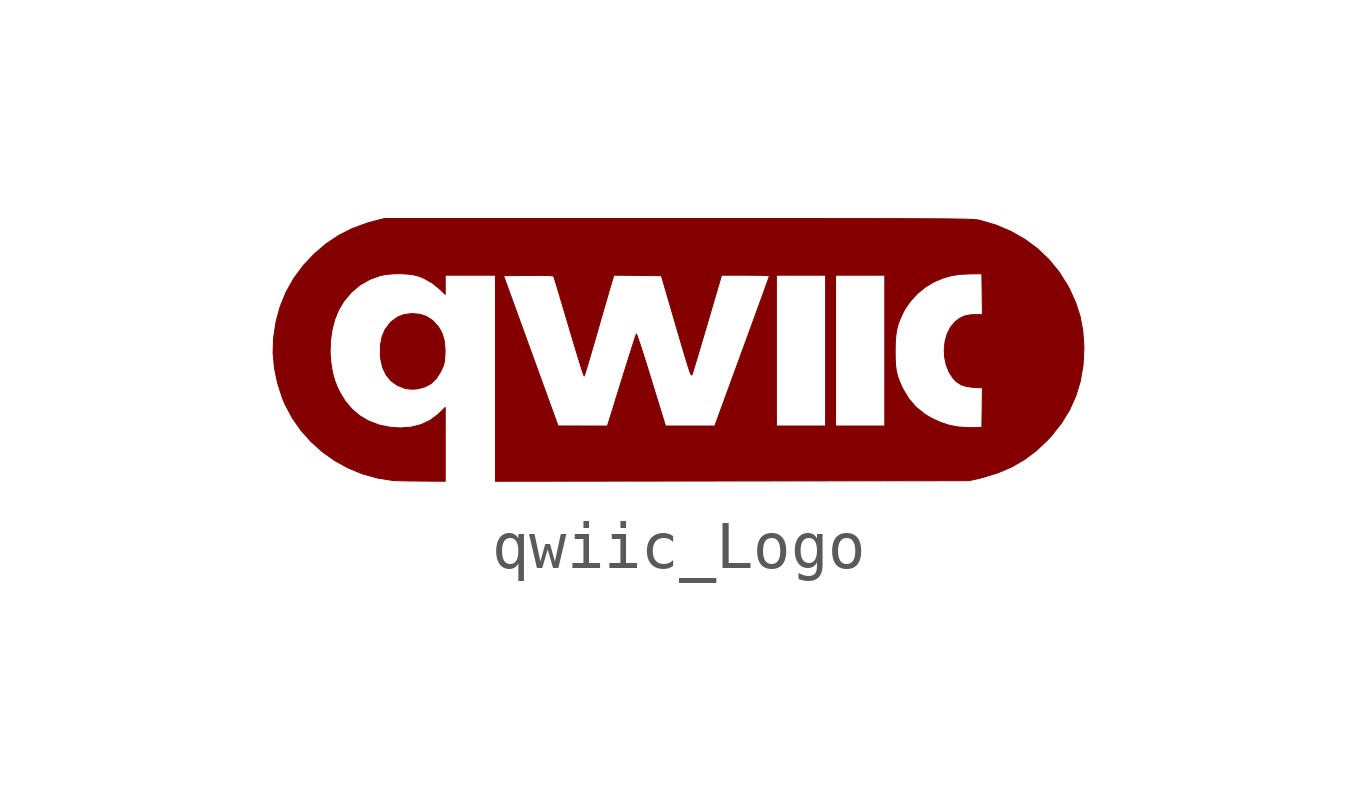
<source format=kicad_sym>
(kicad_symbol_lib
  (version 20220914)
  (generator kicad_symbol_editor)
  (symbol "qwiic_Logo"
    (pin_names
      (offset 1.016))
    (property "Reference" "#G"
      (at 0 3.81 0)
      (effects (font (size 1.27 1.27)) hide))
    (symbol "qwiic_Logo_0_0"
      (polyline (pts (xy -5.433 -0.845) (xy -5.281 -0.804) (xy -5.154 -0.733) (xy -5.049 -0.629) (xy -4.961 -0.489) (xy -4.939 -0.444) (xy -4.908 -0.373) (xy -4.889 -0.31) (xy -4.878 -0.236) (xy -4.871 -0.138) (xy -4.869 -0.027) (xy -4.886 0.154) (xy -4.931 0.309) (xy -5.006 0.443) (xy -5.112 0.56) (xy -5.143 0.586) (xy -5.261 0.662) (xy -5.391 0.705) (xy -5.544 0.719) (xy -5.577 0.718) (xy -5.726 0.699) (xy -5.854 0.648) (xy -5.971 0.565) (xy -6.024 0.512) (xy -6.119 0.384) (xy -6.181 0.236) (xy -6.214 0.065) (xy -6.217 -0.133) (xy -6.208 -0.23) (xy -6.167 -0.407) (xy -6.096 -0.557) (xy -5.996 -0.679) (xy -5.867 -0.772) (xy -5.71 -0.836) (xy -5.684 -0.842) (xy -5.596 -0.853) (xy -5.511 -0.854) (xy -5.433 -0.845)) (stroke (width 0.01) (type default)) (fill (type outline)))
      (polyline (pts (xy 1.114 -2.767) (xy 6.047 -2.761) (xy 6.246 -2.715) (xy 6.337 -2.693) (xy 6.651 -2.596) (xy 6.936 -2.474) (xy 7.199 -2.322) (xy 7.444 -2.138) (xy 7.676 -1.92) (xy 7.765 -1.824) (xy 7.973 -1.56) (xy 8.142 -1.284) (xy 8.272 -0.992) (xy 8.365 -0.685) (xy 8.421 -0.361) (xy 8.439 -0.02) (xy 8.438 0.066) (xy 8.415 0.375) (xy 8.358 0.668) (xy 8.266 0.951) (xy 8.138 1.234) (xy 8.097 1.31) (xy 7.918 1.593) (xy 7.708 1.847) (xy 7.471 2.073) (xy 7.207 2.268) (xy 6.919 2.432) (xy 6.607 2.564) (xy 6.273 2.662) (xy 6.259 2.665) (xy 6.24 2.668) (xy 6.219 2.672) (xy 6.193 2.675) (xy 6.162 2.678) (xy 6.123 2.68) (xy 6.075 2.683) (xy 6.018 2.685) (xy 5.949 2.687) (xy 5.867 2.689) (xy 5.771 2.69) (xy 5.659 2.692) (xy 5.53 2.693) (xy 5.382 2.694) (xy 5.215 2.695) (xy 5.026 2.696) (xy 4.815 2.697) (xy 4.579 2.698) (xy 4.318 2.698) (xy 4.03 2.699) (xy 3.713 2.699) (xy 3.367 2.699) (xy 2.989 2.7) (xy 2.579 2.7) (xy 2.135 2.7) (xy 1.655 2.7) (xy 1.139 2.7) (xy 0.584 2.7) (xy -0.01 2.7) (xy -6.129 2.7) (xy -6.351 2.644) (xy -6.484 2.607) (xy -6.796 2.494) (xy -7.085 2.348) (xy -7.352 2.169) (xy -7.602 1.954) (xy -7.823 1.718) (xy -8.02 1.452) (xy -8.18 1.168) (xy -8.304 0.865) (xy -8.391 0.544) (xy -8.442 0.203) (xy -8.451 -0.1) (xy -8.423 -0.412) (xy -8.358 -0.727) (xy -8.257 -1.037) (xy -8.202 -1.17) (xy -8.052 -1.452) (xy -7.87 -1.713) (xy -7.658 -1.95) (xy -7.42 -2.163) (xy -7.159 -2.347) (xy -6.878 -2.501) (xy -6.58 -2.622) (xy -6.267 -2.708) (xy -5.944 -2.758) (xy -5.922 -2.759) (xy -5.857 -2.761) (xy -5.761 -2.764) (xy -5.643 -2.766) (xy -5.508 -2.767) (xy -5.364 -2.769) (xy -4.866 -2.772) (xy -4.866 -2.004) (xy -4.866 -1.236) (xy -4.988 -1.355) (xy -5.014 -1.38) (xy -5.178 -1.503) (xy -5.364 -1.592) (xy -5.571 -1.645) (xy -5.796 -1.663) (xy -6.009 -1.65) (xy -6.244 -1.601) (xy -6.468 -1.515) (xy -6.642 -1.412) (xy -6.81 -1.27) (xy -6.955 -1.098) (xy -7.071 -0.903) (xy -7.116 -0.807) (xy -7.166 -0.68) (xy -7.203 -0.555) (xy -7.231 -0.417) (xy -7.253 -0.252) (xy -7.264 -0.077) (xy -7.256 0.155) (xy -7.223 0.385) (xy -7.167 0.6) (xy -7.09 0.79) (xy -6.974 0.984) (xy -6.822 1.164) (xy -6.645 1.313) (xy -6.444 1.43) (xy -6.22 1.512) (xy -6.217 1.513) (xy -6.099 1.535) (xy -5.959 1.548) (xy -5.808 1.551) (xy -5.66 1.544) (xy -5.527 1.527) (xy -5.421 1.501) (xy -5.312 1.458) (xy -5.135 1.358) (xy -4.974 1.226) (xy -4.866 1.121) (xy -4.866 1.32) (xy -4.866 1.52) (xy -4.343 1.52) (xy -3.819 1.52) (xy -3.819 1.509) (xy -3.651 1.509) (xy -3.136 1.515) (xy -3.073 1.515) (xy -2.905 1.516) (xy -2.776 1.514) (xy -2.685 1.511) (xy -2.629 1.505) (xy -2.607 1.498) (xy -2.605 1.493) (xy -2.592 1.454) (xy -2.57 1.382) (xy -2.538 1.279) (xy -2.499 1.15) (xy -2.454 0.997) (xy -2.402 0.826) (xy -2.347 0.639) (xy -2.288 0.44) (xy -2.263 0.353) (xy -2.205 0.161) (xy -2.152 -0.017) (xy -2.103 -0.177) (xy -2.06 -0.315) (xy -2.025 -0.428) (xy -1.997 -0.512) (xy -1.978 -0.564) (xy -1.97 -0.58) (xy -1.965 -0.568) (xy -1.95 -0.52) (xy -1.925 -0.44) (xy -1.892 -0.331) (xy -1.853 -0.198) (xy -1.808 -0.044) (xy -1.758 0.126) (xy -1.706 0.308) (xy -1.675 0.414) (xy -1.622 0.6) (xy -1.571 0.777) (xy -1.523 0.941) (xy -1.482 1.084) (xy -1.447 1.204) (xy -1.42 1.294) (xy -1.404 1.35) (xy -1.353 1.52) (xy -0.857 1.515) (xy -0.362 1.509) (xy -0.263 1.17) (xy -0.246 1.11) (xy -0.159 0.813) (xy -0.083 0.552) (xy -0.017 0.325) (xy 0.04 0.13) (xy 0.089 -0.034) (xy 0.13 -0.172) (xy 0.164 -0.284) (xy 0.192 -0.373) (xy 0.214 -0.442) (xy 0.232 -0.492) (xy 0.245 -0.527) (xy 0.256 -0.548) (xy 0.263 -0.558) (xy 0.269 -0.559) (xy 0.274 -0.553) (xy 0.279 -0.543) (xy 0.28 -0.539) (xy 0.293 -0.499) (xy 0.316 -0.425) (xy 0.347 -0.321) (xy 0.387 -0.19) (xy 0.432 -0.037) (xy 0.483 0.135) (xy 0.539 0.322) (xy 0.597 0.518) (xy 0.891 1.52) (xy 1.39 1.52) (xy 1.492 1.519) (xy 1.62 1.518) (xy 1.729 1.516) (xy 1.814 1.513) (xy 1.869 1.51) (xy 1.889 1.506) (xy 1.888 1.502) (xy 1.875 1.465) (xy 1.85 1.394) (xy 1.813 1.291) (xy 1.766 1.16) (xy 1.709 1.003) (xy 1.643 0.824) (xy 1.571 0.624) (xy 1.492 0.408) (xy 1.408 0.177) (xy 1.319 -0.065) (xy 0.75 -1.622) (xy 2.033 -1.622) (xy 2.033 -0.051) (xy 2.033 1.52) (xy 2.546 1.52) (xy 3.059 1.52) (xy 3.059 -0.051) (xy 3.059 -1.622) (xy 3.265 -1.622) (xy 3.265 -0.051) (xy 3.265 1.52) (xy 3.778 1.52) (xy 4.292 1.52) (xy 4.292 -0.051) (xy 4.292 -0.062) (xy 4.507 -0.062) (xy 4.51 0.109) (xy 4.521 0.26) (xy 4.541 0.39) (xy 4.574 0.512) (xy 4.622 0.634) (xy 4.686 0.769) (xy 4.719 0.827) (xy 4.833 0.988) (xy 4.974 1.139) (xy 5.133 1.27) (xy 5.298 1.371) (xy 5.334 1.389) (xy 5.505 1.461) (xy 5.674 1.509) (xy 5.853 1.537) (xy 6.057 1.547) (xy 6.314 1.55) (xy 6.32 1.124) (xy 6.325 0.698) (xy 6.166 0.698) (xy 6.076 0.694) (xy 5.958 0.671) (xy 5.855 0.624) (xy 5.756 0.547) (xy 5.661 0.436) (xy 5.592 0.299) (xy 5.548 0.144) (xy 5.53 -0.02) (xy 5.538 -0.188) (xy 5.572 -0.351) (xy 5.633 -0.502) (xy 5.72 -0.634) (xy 5.781 -0.697) (xy 5.879 -0.761) (xy 5.997 -0.8) (xy 6.144 -0.818) (xy 6.325 -0.826) (xy 6.32 -1.24) (xy 6.314 -1.653) (xy 6.119 -1.656) (xy 6.024 -1.656) (xy 5.821 -1.642) (xy 5.636 -1.607) (xy 5.457 -1.548) (xy 5.268 -1.462) (xy 5.127 -1.378) (xy 4.946 -1.233) (xy 4.794 -1.059) (xy 4.673 -0.859) (xy 4.642 -0.795) (xy 4.592 -0.68) (xy 4.556 -0.577) (xy 4.531 -0.473) (xy 4.516 -0.36) (xy 4.509 -0.226) (xy 4.507 -0.062) (xy 4.292 -0.062) (xy 4.292 -1.622) (xy 3.778 -1.622) (xy 3.265 -1.622) (xy 3.059 -1.622) (xy 2.546 -1.622) (xy 2.033 -1.622) (xy 0.75 -1.622) (xy 0.236 -1.622) (xy -0.277 -1.622) (xy -0.574 -0.657) (xy -0.583 -0.626) (xy -0.641 -0.438) (xy -0.696 -0.263) (xy -0.746 -0.106) (xy -0.79 0.03) (xy -0.827 0.142) (xy -0.856 0.226) (xy -0.875 0.277) (xy -0.884 0.293) (xy -0.884 0.293) (xy -0.893 0.268) (xy -0.913 0.208) (xy -0.943 0.117) (xy -0.981 -0.002) (xy -1.026 -0.144) (xy -1.077 -0.305) (xy -1.133 -0.483) (xy -1.192 -0.672) (xy -1.486 -1.622) (xy -2.001 -1.622) (xy -2.515 -1.621) (xy -3.083 -0.056) (xy -3.651 1.509) (xy -3.819 1.509) (xy -3.819 -0.627) (xy -3.819 -2.773) (xy 1.114 -2.767)) (stroke (width 0.01) (type default)) (fill (type outline))))))
</source>
